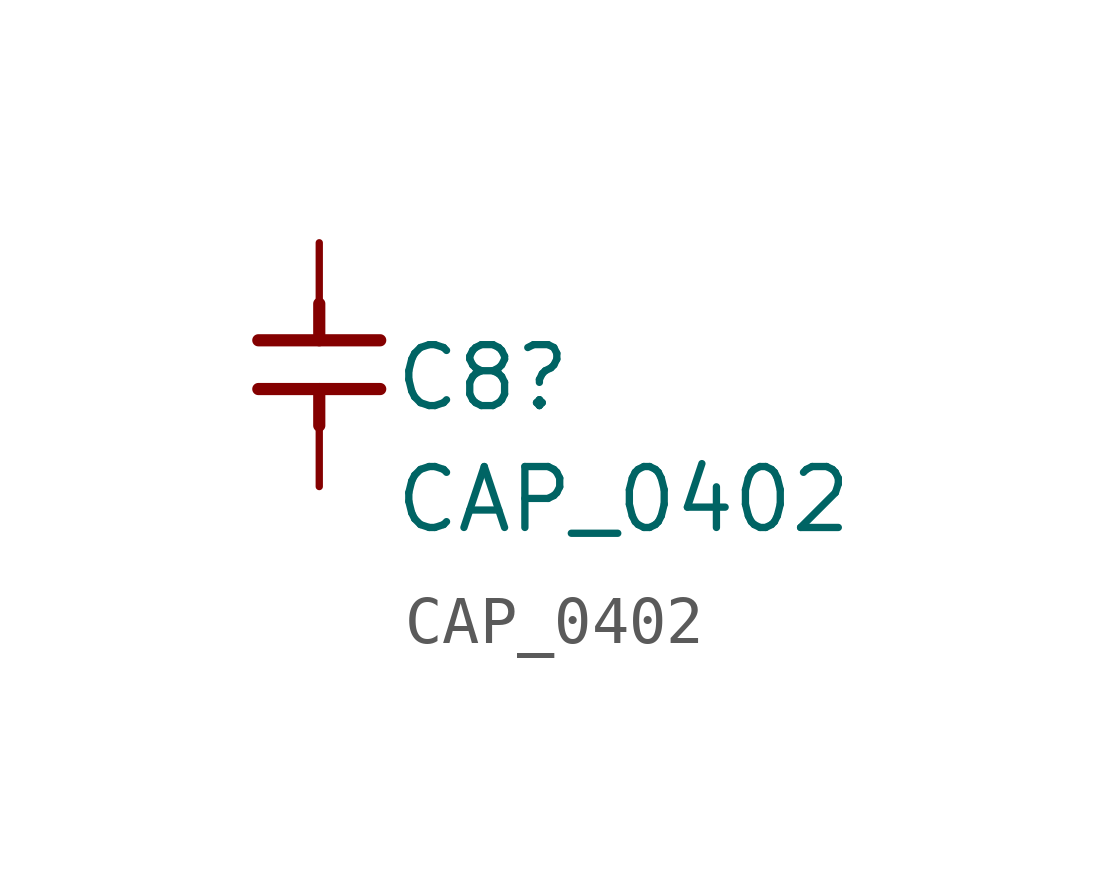
<source format=kicad_sym>
(kicad_symbol_lib
  (version 20211014)
  (generator kicad_symbol_editor)
  (symbol "CAP_0402"
    (property "Reference" "C8"
      (at 1.524 -1.016 0)
      (effects (font (size 1.27 1.27)) (justify left bottom)))
    (property "Value" "CAP_0402"
      (at 1.524 -3.556 0)
      (effects (font (size 1.27 1.27)) (justify left bottom)))
    (symbol "CAP_0402_1_0"
      (polyline (pts (xy -1.27 0.508) (xy 1.27 0.508)) (stroke (width 0.254) (type default) (color 0 0 0 0)) (fill (type none)))
      (polyline (pts (xy 0 -1.27) (xy 0 -0.508)) (stroke (width 0.254) (type default) (color 0 0 0 0)) (fill (type none)))
      (polyline (pts (xy 0 1.27) (xy 0 0.508)) (stroke (width 0.254) (type default) (color 0 0 0 0)) (fill (type none)))
      (polyline (pts (xy 1.27 -0.508) (xy -1.27 -0.508)) (stroke (width 0.254) (type default) (color 0 0 0 0)) (fill (type none)))
      (pin passive line (at 0 -2.54 90) (length 1.27) (name "1" (effects (font (size 0 0)))) (number "1" (effects (font (size 0 0)))))
      (pin passive line (at 0 2.54 270) (length 1.27) (name "2" (effects (font (size 0 0)))) (number "2" (effects (font (size 0 0))))))))
</source>
